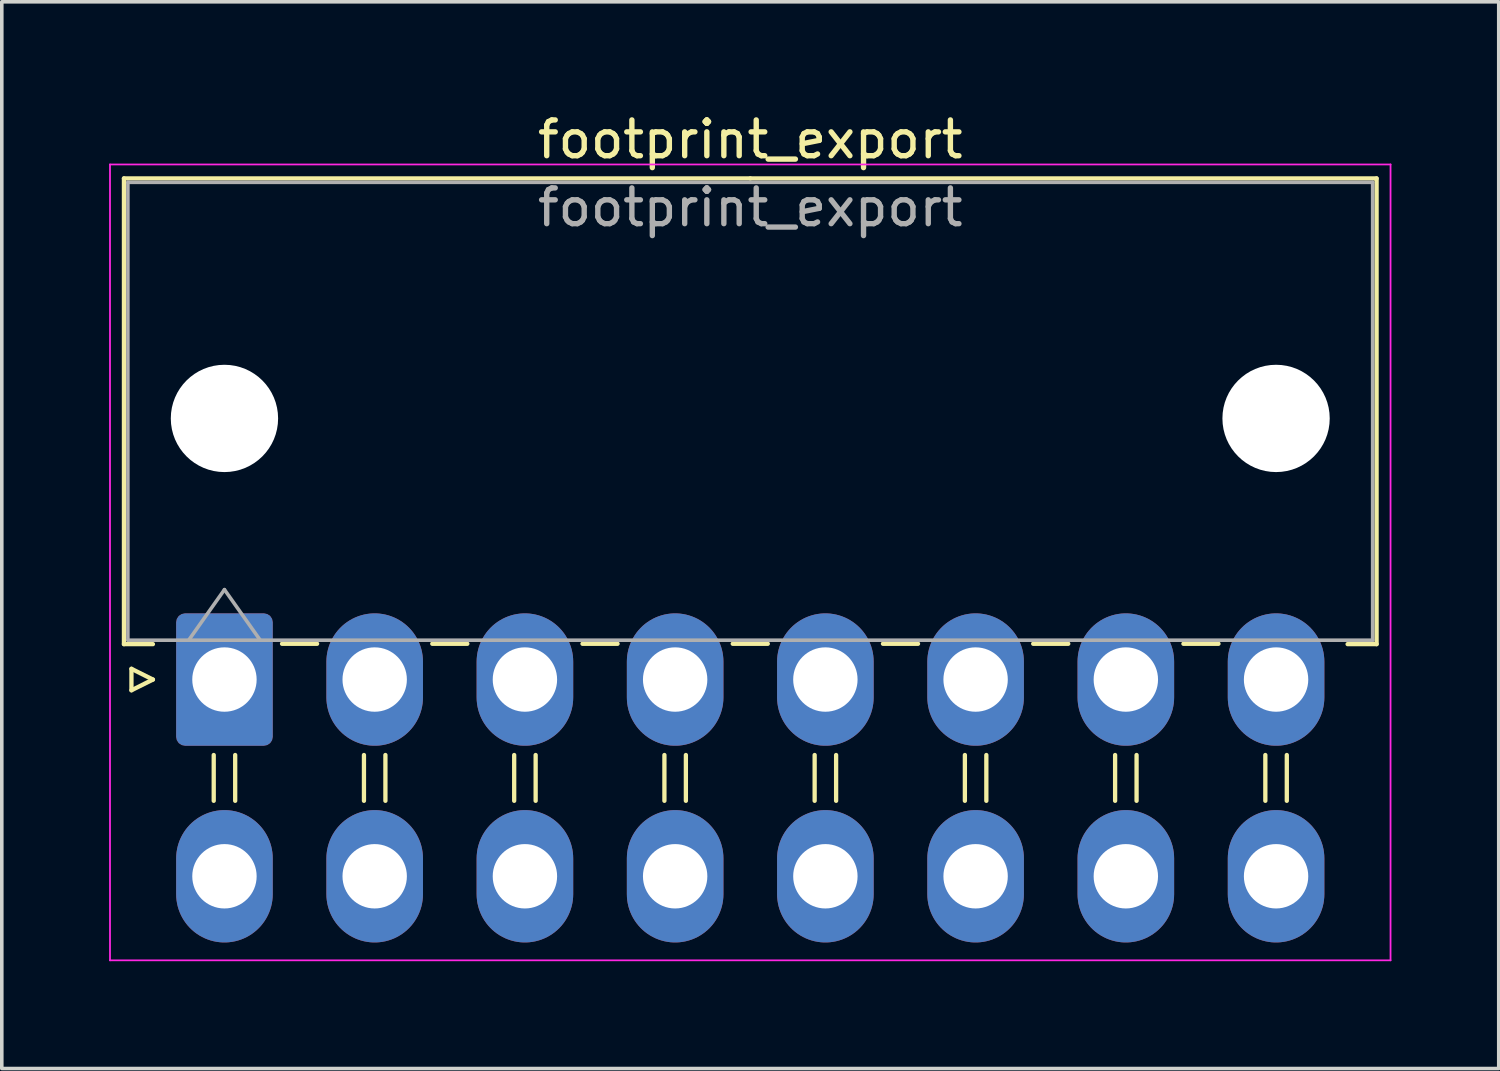
<source format=kicad_pcb>
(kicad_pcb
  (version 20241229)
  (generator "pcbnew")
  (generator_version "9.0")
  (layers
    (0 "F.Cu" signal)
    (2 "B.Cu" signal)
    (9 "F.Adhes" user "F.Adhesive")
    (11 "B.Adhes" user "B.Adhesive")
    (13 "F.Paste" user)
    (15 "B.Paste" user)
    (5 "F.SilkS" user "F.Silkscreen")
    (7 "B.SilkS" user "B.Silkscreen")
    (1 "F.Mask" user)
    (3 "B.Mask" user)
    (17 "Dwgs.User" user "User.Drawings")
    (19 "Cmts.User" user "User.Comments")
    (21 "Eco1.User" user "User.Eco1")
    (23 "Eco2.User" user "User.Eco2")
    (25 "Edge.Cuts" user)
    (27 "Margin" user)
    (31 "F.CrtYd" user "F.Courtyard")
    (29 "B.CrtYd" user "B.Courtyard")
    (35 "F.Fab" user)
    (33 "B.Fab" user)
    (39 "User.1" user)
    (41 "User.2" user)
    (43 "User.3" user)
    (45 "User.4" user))
  (footprint "footprint_export"
    (layer "F.Cu")
    (at 3.225 15.948)
    (property "Reference" "footprint_export" (at 14.7 -15.1 0) (layer "F.SilkS") (effects (font (size 1 1) (thickness 0.15))))
    (attr through_hole)
    (fp_line (start -2.81 -14.01) (end 14.7 -14.01) (stroke (width 0.12) (type solid)) (layer "F.SilkS"))
    (fp_line (start -2.81 -0.99) (end -2.81 -14.01) (stroke (width 0.12) (type solid)) (layer "F.SilkS"))
    (fp_line (start -2.6 -0.3) (end -2 0) (stroke (width 0.12) (type solid)) (layer "F.SilkS"))
    (fp_line (start -2.6 0.3) (end -2.6 -0.3) (stroke (width 0.12) (type solid)) (layer "F.SilkS"))
    (fp_line (start -2 -0.99) (end -2.81 -0.99) (stroke (width 0.12) (type solid)) (layer "F.SilkS"))
    (fp_line (start -2 0) (end -2.6 0.3) (stroke (width 0.12) (type solid)) (layer "F.SilkS"))
    (fp_line (start -0.3 2.11) (end -0.3 3.39) (stroke (width 0.12) (type solid)) (layer "F.SilkS"))
    (fp_line (start 0.3 2.11) (end 0.3 3.39) (stroke (width 0.12) (type solid)) (layer "F.SilkS"))
    (fp_line (start 1.61 -1) (end 2.59 -1) (stroke (width 0.12) (type solid)) (layer "F.SilkS"))
    (fp_line (start 3.9 2.11) (end 3.9 3.39) (stroke (width 0.12) (type solid)) (layer "F.SilkS"))
    (fp_line (start 4.5 2.11) (end 4.5 3.39) (stroke (width 0.12) (type solid)) (layer "F.SilkS"))
    (fp_line (start 5.81 -1) (end 6.79 -1) (stroke (width 0.12) (type solid)) (layer "F.SilkS"))
    (fp_line (start 8.1 2.11) (end 8.1 3.39) (stroke (width 0.12) (type solid)) (layer "F.SilkS"))
    (fp_line (start 8.7 2.11) (end 8.7 3.39) (stroke (width 0.12) (type solid)) (layer "F.SilkS"))
    (fp_line (start 10.01 -1) (end 10.99 -1) (stroke (width 0.12) (type solid)) (layer "F.SilkS"))
    (fp_line (start 12.3 2.11) (end 12.3 3.39) (stroke (width 0.12) (type solid)) (layer "F.SilkS"))
    (fp_line (start 12.9 2.11) (end 12.9 3.39) (stroke (width 0.12) (type solid)) (layer "F.SilkS"))
    (fp_line (start 14.21 -1) (end 15.19 -1) (stroke (width 0.12) (type solid)) (layer "F.SilkS"))
    (fp_line (start 16.5 2.11) (end 16.5 3.39) (stroke (width 0.12) (type solid)) (layer "F.SilkS"))
    (fp_line (start 17.1 2.11) (end 17.1 3.39) (stroke (width 0.12) (type solid)) (layer "F.SilkS"))
    (fp_line (start 18.41 -1) (end 19.39 -1) (stroke (width 0.12) (type solid)) (layer "F.SilkS"))
    (fp_line (start 20.7 2.11) (end 20.7 3.39) (stroke (width 0.12) (type solid)) (layer "F.SilkS"))
    (fp_line (start 21.3 2.11) (end 21.3 3.39) (stroke (width 0.12) (type solid)) (layer "F.SilkS"))
    (fp_line (start 22.61 -1) (end 23.59 -1) (stroke (width 0.12) (type solid)) (layer "F.SilkS"))
    (fp_line (start 24.9 2.11) (end 24.9 3.39) (stroke (width 0.12) (type solid)) (layer "F.SilkS"))
    (fp_line (start 25.5 2.11) (end 25.5 3.39) (stroke (width 0.12) (type solid)) (layer "F.SilkS"))
    (fp_line (start 26.81 -1) (end 27.79 -1) (stroke (width 0.12) (type solid)) (layer "F.SilkS"))
    (fp_line (start 29.1 2.11) (end 29.1 3.39) (stroke (width 0.12) (type solid)) (layer "F.SilkS"))
    (fp_line (start 29.7 2.11) (end 29.7 3.39) (stroke (width 0.12) (type solid)) (layer "F.SilkS"))
    (fp_line (start 31.4 -0.99) (end 32.21 -0.99) (stroke (width 0.12) (type solid)) (layer "F.SilkS"))
    (fp_line (start 32.21 -14.01) (end 14.7 -14.01) (stroke (width 0.12) (type solid)) (layer "F.SilkS"))
    (fp_line (start 32.21 -0.99) (end 32.21 -14.01) (stroke (width 0.12) (type solid)) (layer "F.SilkS"))
    (fp_line (start -3.2 -14.4) (end -3.2 7.85) (stroke (width 0.05) (type solid)) (layer "F.CrtYd"))
    (fp_line (start -3.2 7.85) (end 32.6 7.85) (stroke (width 0.05) (type solid)) (layer "F.CrtYd"))
    (fp_line (start 32.6 -14.4) (end -3.2 -14.4) (stroke (width 0.05) (type solid)) (layer "F.CrtYd"))
    (fp_line (start 32.6 7.85) (end 32.6 -14.4) (stroke (width 0.05) (type solid)) (layer "F.CrtYd"))
    (fp_line (start -2.7 -13.9) (end -2.7 -1.1) (stroke (width 0.1) (type solid)) (layer "F.Fab"))
    (fp_line (start -2.7 -1.1) (end 32.1 -1.1) (stroke (width 0.1) (type solid)) (layer "F.Fab"))
    (fp_line (start -1 -1.1) (end 0 -2.514) (stroke (width 0.1) (type solid)) (layer "F.Fab"))
    (fp_line (start 0 -2.514) (end 1 -1.1) (stroke (width 0.1) (type solid)) (layer "F.Fab"))
    (fp_line (start 32.1 -13.9) (end -2.7 -13.9) (stroke (width 0.1) (type solid)) (layer "F.Fab"))
    (fp_line (start 32.1 -1.1) (end 32.1 -13.9) (stroke (width 0.1) (type solid)) (layer "F.Fab"))
    (fp_text user "${REFERENCE}" (at 14.7 -13.2 0) (layer "F.Fab") (effects (font (size 1 1) (thickness 0.15))))
    (pad "" np_thru_hole circle (at 0 -7.3) (size 3 3) (drill 3) (layers "*.Cu" "*.Mask"))
    (pad "" np_thru_hole circle (at 29.4 -7.3) (size 3 3) (drill 3) (layers "*.Cu" "*.Mask"))
    (pad "1" thru_hole roundrect (at 0 0) (size 2.7 3.7) (drill 1.8) (layers "*.Cu" "*.Mask") (roundrect_rratio 0.093))
    (pad "2" thru_hole oval (at 4.2 0) (size 2.7 3.7) (drill 1.8) (layers "*.Cu" "*.Mask"))
    (pad "3" thru_hole oval (at 8.4 0) (size 2.7 3.7) (drill 1.8) (layers "*.Cu" "*.Mask"))
    (pad "4" thru_hole oval (at 12.6 0) (size 2.7 3.7) (drill 1.8) (layers "*.Cu" "*.Mask"))
    (pad "5" thru_hole oval (at 16.8 0) (size 2.7 3.7) (drill 1.8) (layers "*.Cu" "*.Mask"))
    (pad "6" thru_hole oval (at 21 0) (size 2.7 3.7) (drill 1.8) (layers "*.Cu" "*.Mask"))
    (pad "7" thru_hole oval (at 25.2 0) (size 2.7 3.7) (drill 1.8) (layers "*.Cu" "*.Mask"))
    (pad "8" thru_hole oval (at 29.4 0) (size 2.7 3.7) (drill 1.8) (layers "*.Cu" "*.Mask"))
    (pad "9" thru_hole oval (at 0 5.5) (size 2.7 3.7) (drill 1.8) (layers "*.Cu" "*.Mask"))
    (pad "10" thru_hole oval (at 4.2 5.5) (size 2.7 3.7) (drill 1.8) (layers "*.Cu" "*.Mask"))
    (pad "11" thru_hole oval (at 8.4 5.5) (size 2.7 3.7) (drill 1.8) (layers "*.Cu" "*.Mask"))
    (pad "12" thru_hole oval (at 12.6 5.5) (size 2.7 3.7) (drill 1.8) (layers "*.Cu" "*.Mask"))
    (pad "13" thru_hole oval (at 16.8 5.5) (size 2.7 3.7) (drill 1.8) (layers "*.Cu" "*.Mask"))
    (pad "14" thru_hole oval (at 21 5.5) (size 2.7 3.7) (drill 1.8) (layers "*.Cu" "*.Mask"))
    (pad "15" thru_hole oval (at 25.2 5.5) (size 2.7 3.7) (drill 1.8) (layers "*.Cu" "*.Mask"))
    (pad "16" thru_hole oval (at 29.4 5.5) (size 2.7 3.7) (drill 1.8) (layers "*.Cu" "*.Mask")))
  (gr_rect
    (start -3 -3)
    (end 38.85 26.823)
    (stroke (width 0.1) (type default))
    (fill no)
    (layer "Edge.Cuts")))
</source>
